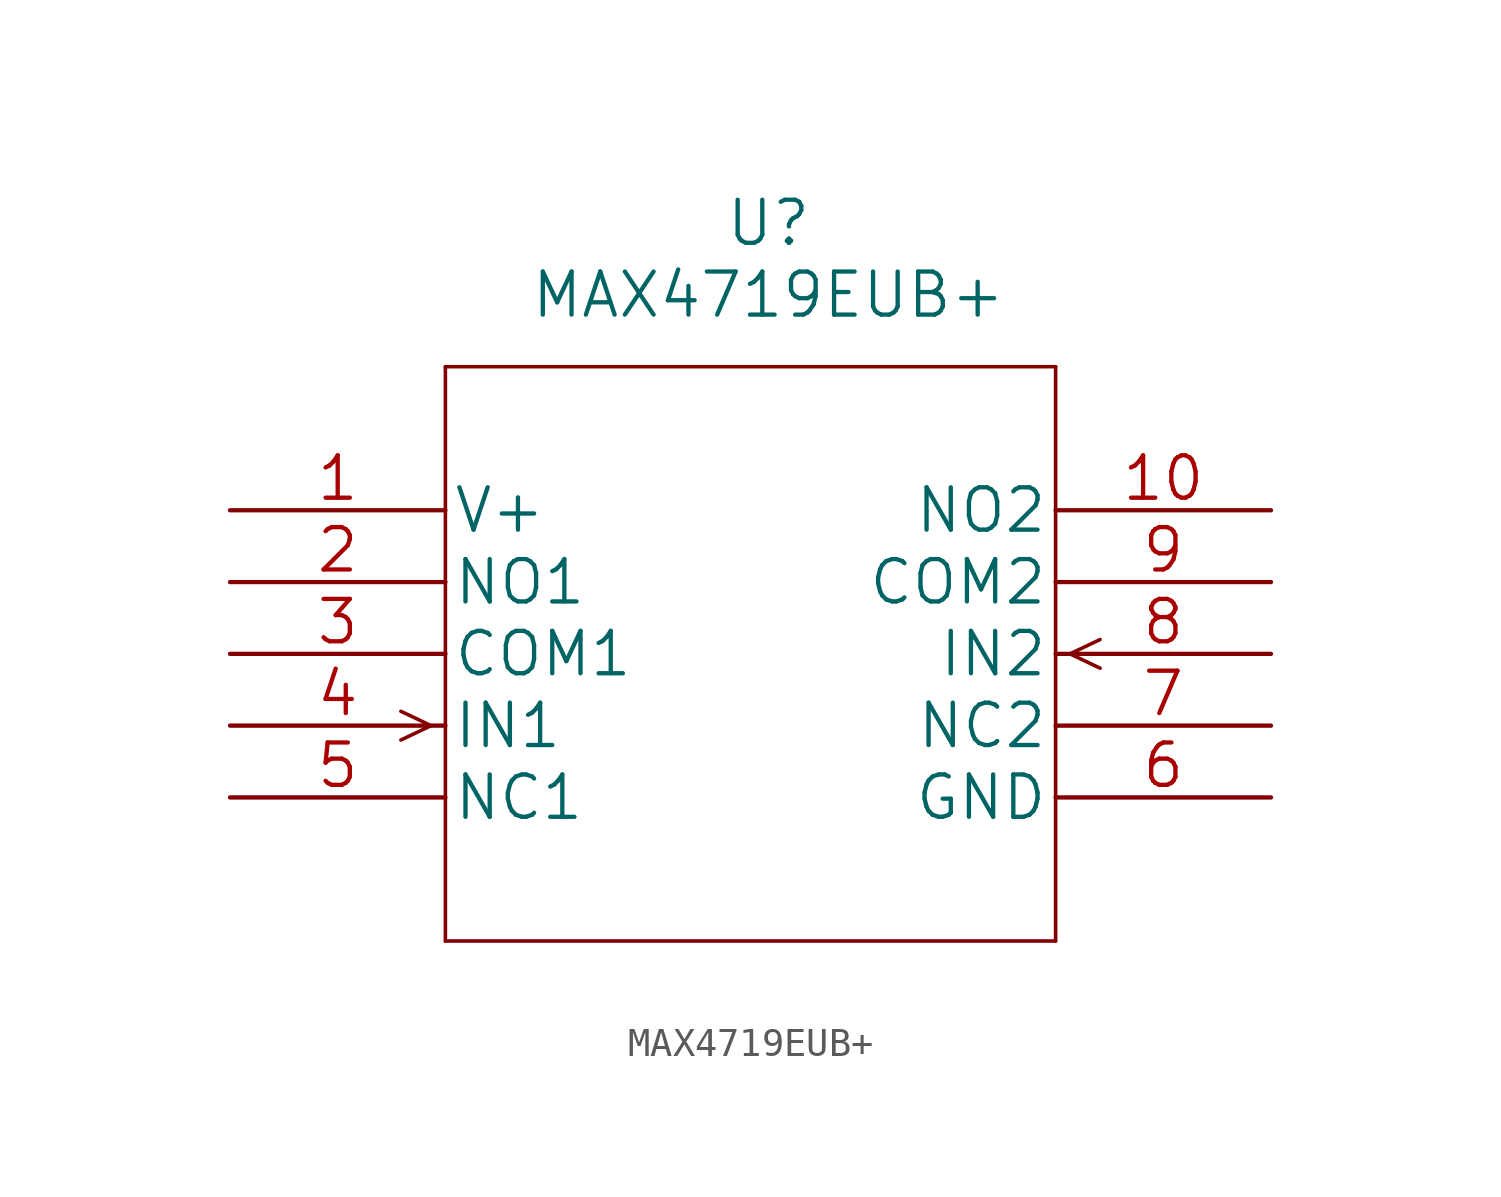
<source format=kicad_sym>
(kicad_symbol_lib
  (version 20211014)
  (generator kicad_symbol_editor)
  (symbol "MAX4719EUB+"
    (pin_names
      (offset 0.254))
    (property "Reference" "U"
      (at 30.48 10.16 0)
      (effects (font (size 1.524 1.524))))
    (property "Value" "MAX4719EUB+"
      (at 30.48 7.62 0)
      (effects (font (size 1.524 1.524))))
    (property "Datasheet" ""
      (at 11.43 0 0)
      (effects (font (size 1.524 1.524))))
    (property "ki_locked" ""
      (at 0 0 0)
      (effects (font (size 1.27 1.27))))
    (symbol "MAX4719EUB+_1_1"
      (polyline (pts (xy 18.542 -7.62) (xy 17.475 -8.128)) (stroke (width 0.127) (type default) (color 0 0 0 0)) (fill (type none)))
      (polyline (pts (xy 18.542 -7.62) (xy 17.475 -7.112)) (stroke (width 0.127) (type default) (color 0 0 0 0)) (fill (type none)))
      (polyline (pts (xy 19.05 -15.24) (xy 40.64 -15.24)) (stroke (width 0.127) (type default) (color 0 0 0 0)) (fill (type none)))
      (polyline (pts (xy 19.05 5.08) (xy 19.05 -15.24)) (stroke (width 0.127) (type default) (color 0 0 0 0)) (fill (type none)))
      (polyline (pts (xy 40.64 -15.24) (xy 40.64 5.08)) (stroke (width 0.127) (type default) (color 0 0 0 0)) (fill (type none)))
      (polyline (pts (xy 40.64 5.08) (xy 19.05 5.08)) (stroke (width 0.127) (type default) (color 0 0 0 0)) (fill (type none)))
      (polyline (pts (xy 41.148 -5.08) (xy 42.215 -5.588)) (stroke (width 0.127) (type default) (color 0 0 0 0)) (fill (type none)))
      (polyline (pts (xy 41.148 -5.08) (xy 42.215 -4.572)) (stroke (width 0.127) (type default) (color 0 0 0 0)) (fill (type none)))
      (pin power_in line (at 11.43 0 0) (length 7.62) (name "V+" (effects (font (size 1.499 1.499)))) (number "1" (effects (font (size 1.499 1.499)))))
      (pin unspecified line (at 48.26 0 180) (length 7.62) (name "NO2" (effects (font (size 1.499 1.499)))) (number "10" (effects (font (size 1.499 1.499)))))
      (pin unspecified line (at 11.43 -2.54 0) (length 7.62) (name "NO1" (effects (font (size 1.499 1.499)))) (number "2" (effects (font (size 1.499 1.499)))))
      (pin unspecified line (at 11.43 -5.08 0) (length 7.62) (name "COM1" (effects (font (size 1.499 1.499)))) (number "3" (effects (font (size 1.499 1.499)))))
      (pin input line (at 11.43 -7.62 0) (length 7.62) (name "IN1" (effects (font (size 1.499 1.499)))) (number "4" (effects (font (size 1.499 1.499)))))
      (pin unspecified line (at 11.43 -10.16 0) (length 7.62) (name "NC1" (effects (font (size 1.499 1.499)))) (number "5" (effects (font (size 1.499 1.499)))))
      (pin power_in line (at 48.26 -10.16 180) (length 7.62) (name "GND" (effects (font (size 1.499 1.499)))) (number "6" (effects (font (size 1.499 1.499)))))
      (pin unspecified line (at 48.26 -7.62 180) (length 7.62) (name "NC2" (effects (font (size 1.499 1.499)))) (number "7" (effects (font (size 1.499 1.499)))))
      (pin input line (at 48.26 -5.08 180) (length 7.62) (name "IN2" (effects (font (size 1.499 1.499)))) (number "8" (effects (font (size 1.499 1.499)))))
      (pin unspecified line (at 48.26 -2.54 180) (length 7.62) (name "COM2" (effects (font (size 1.499 1.499)))) (number "9" (effects (font (size 1.499 1.499))))))))
</source>
